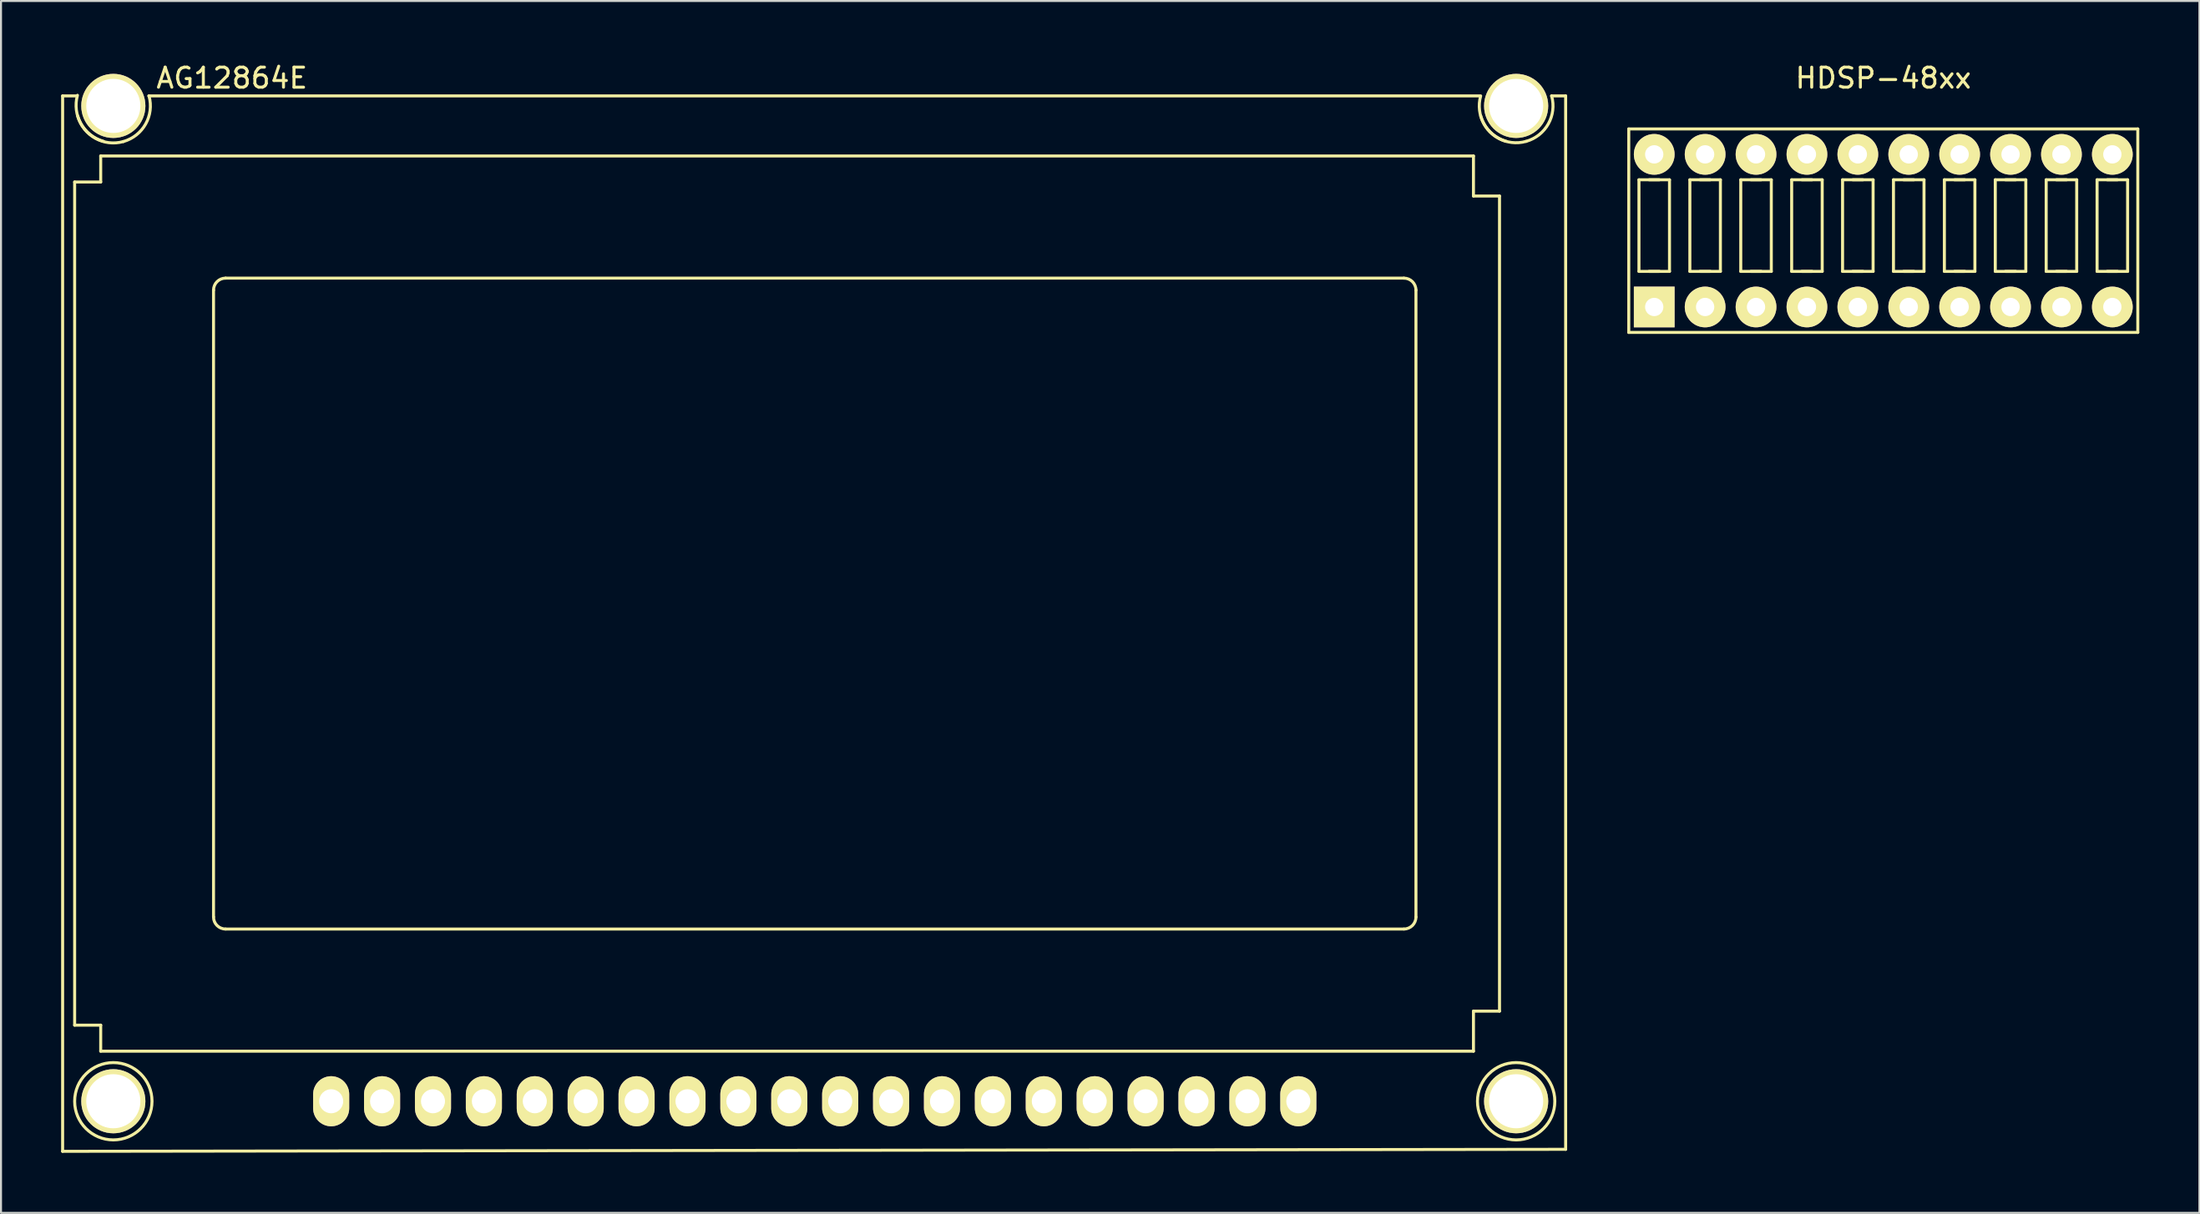
<source format=kicad_pcb>
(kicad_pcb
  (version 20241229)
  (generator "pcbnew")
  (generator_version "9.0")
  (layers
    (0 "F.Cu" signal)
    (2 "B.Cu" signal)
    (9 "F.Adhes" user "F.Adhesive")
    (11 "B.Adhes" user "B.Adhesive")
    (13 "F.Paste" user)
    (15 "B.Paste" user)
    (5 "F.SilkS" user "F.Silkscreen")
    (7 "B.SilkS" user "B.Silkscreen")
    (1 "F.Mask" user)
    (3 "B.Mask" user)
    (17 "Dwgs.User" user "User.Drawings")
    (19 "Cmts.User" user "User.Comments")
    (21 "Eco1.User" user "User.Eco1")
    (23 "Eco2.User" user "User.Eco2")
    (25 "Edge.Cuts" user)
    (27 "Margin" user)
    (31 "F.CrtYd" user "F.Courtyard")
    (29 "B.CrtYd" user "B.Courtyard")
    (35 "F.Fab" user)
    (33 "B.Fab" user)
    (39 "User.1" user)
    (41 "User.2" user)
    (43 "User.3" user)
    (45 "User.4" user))
  (footprint "AG12864E"
    (layer "F.Cu")
    (at 13.475 51.938)
    (property "Reference" "AG12864E" (at -4.95 -51.09 0) (layer "F.SilkS") (effects (font (size 1 1) (thickness 0.15))))
    (attr through_hole)
    (fp_line (start -13.4 -50.2) (end -12.7 -50.2) (stroke (width 0.15) (type solid)) (layer "F.SilkS"))
    (fp_line (start -13.4 2.5) (end -13.4 -50.2) (stroke (width 0.15) (type solid)) (layer "F.SilkS"))
    (fp_line (start -13.4 2.5) (end 61.6 2.4) (stroke (width 0.15) (type solid)) (layer "F.SilkS"))
    (fp_line (start -12.8 -3.8) (end -12.8 -45.9) (stroke (width 0.15) (type solid)) (layer "F.SilkS"))
    (fp_line (start -12.8 -3.8) (end -11.5 -3.8) (stroke (width 0.15) (type solid)) (layer "F.SilkS"))
    (fp_line (start -11.5 -47.2) (end -11.5 -45.9) (stroke (width 0.15) (type solid)) (layer "F.SilkS"))
    (fp_line (start -11.5 -47.2) (end 57 -47.2) (stroke (width 0.15) (type solid)) (layer "F.SilkS"))
    (fp_line (start -11.5 -45.9) (end -12.8 -45.9) (stroke (width 0.15) (type solid)) (layer "F.SilkS"))
    (fp_line (start -11.5 -3.8) (end -11.5 -2.5) (stroke (width 0.15) (type solid)) (layer "F.SilkS"))
    (fp_line (start -9.1 -50.2) (end 57.3 -50.2) (stroke (width 0.15) (type solid)) (layer "F.SilkS"))
    (fp_line (start -5.87 -40.5) (end -5.87 -9.21) (stroke (width 0.15) (type solid)) (layer "F.SilkS"))
    (fp_line (start -5.27 -8.6) (end 53.53 -8.6) (stroke (width 0.15) (type solid)) (layer "F.SilkS"))
    (fp_line (start 53.53 -41.1) (end -5.27 -41.1) (stroke (width 0.15) (type solid)) (layer "F.SilkS"))
    (fp_line (start 54.13 -9.2) (end 54.13 -40.5) (stroke (width 0.15) (type solid)) (layer "F.SilkS"))
    (fp_line (start 57 -47.2) (end 57 -45.2) (stroke (width 0.15) (type solid)) (layer "F.SilkS"))
    (fp_line (start 57 -45.2) (end 58.3 -45.2) (stroke (width 0.15) (type solid)) (layer "F.SilkS"))
    (fp_line (start 57 -4.5) (end 58.3 -4.5) (stroke (width 0.15) (type solid)) (layer "F.SilkS"))
    (fp_line (start 57 -2.5) (end -11.5 -2.5) (stroke (width 0.15) (type solid)) (layer "F.SilkS"))
    (fp_line (start 57 -2.5) (end 57 -4.5) (stroke (width 0.15) (type solid)) (layer "F.SilkS"))
    (fp_line (start 58.3 -45.2) (end 58.3 -4.5) (stroke (width 0.15) (type solid)) (layer "F.SilkS"))
    (fp_line (start 61.6 -50.2) (end 60.9 -50.2) (stroke (width 0.15) (type solid)) (layer "F.SilkS"))
    (fp_line (start 61.6 2.4) (end 61.6 -50.2) (stroke (width 0.15) (type solid)) (layer "F.SilkS"))
    (fp_arc (start -11.36 -47.93) (mid -12.486346 -48.810761) (end -12.66 -50.23) (stroke (width 0.15) (type solid)) (layer "F.SilkS"))
    (fp_arc (start -10.37 -47.92) (mid -11.775097 -48.087797) (end -12.65 -49.2) (stroke (width 0.15) (type solid)) (layer "F.SilkS"))
    (fp_arc (start -9.09 -50.2) (mid -9.257797 -48.794903) (end -10.37 -47.92) (stroke (width 0.15) (type solid)) (layer "F.SilkS"))
    (fp_arc (start -5.87 -40.5) (mid -5.694264 -40.924264) (end -5.27 -41.1) (stroke (width 0.15) (type solid)) (layer "F.SilkS"))
    (fp_arc (start -5.27 -8.6) (mid -5.694264 -8.775736) (end -5.87 -9.2) (stroke (width 0.15) (type solid)) (layer "F.SilkS"))
    (fp_arc (start 53.53 -41.1) (mid 53.954264 -40.924264) (end 54.13 -40.5) (stroke (width 0.15) (type solid)) (layer "F.SilkS"))
    (fp_arc (start 54.13 -9.2) (mid 53.954264 -8.775736) (end 53.53 -8.6) (stroke (width 0.15) (type solid)) (layer "F.SilkS"))
    (fp_arc (start 58.63 -47.93) (mid 57.524868 -48.801974) (end 57.36 -50.2) (stroke (width 0.15) (type solid)) (layer "F.SilkS"))
    (fp_arc (start 59.63 -47.93) (mid 58.231974 -48.094868) (end 57.36 -49.2) (stroke (width 0.15) (type solid)) (layer "F.SilkS"))
    (fp_arc (start 60.9 -50.2) (mid 60.735132 -48.801974) (end 59.63 -47.93) (stroke (width 0.15) (type solid)) (layer "F.SilkS"))
    (fp_circle (center -10.87 0) (end -12.8 0) (stroke (width 0.15) (type solid)) (fill no) (layer "F.SilkS"))
    (fp_circle (center 59.13 0) (end 61.06 0) (stroke (width 0.15) (type solid)) (fill no) (layer "F.SilkS"))
    (pad "0" thru_hole circle (at -10.87 -49.7) (size 3.2 3.2) (drill 2.7) (layers "*.Cu" "*.Mask" "F.SilkS"))
    (pad "0" thru_hole circle (at -10.87 0) (size 3.2 3.2) (drill 2.7) (layers "*.Cu" "*.Mask" "F.SilkS"))
    (pad "0" thru_hole circle (at 59.13 -49.7) (size 3.2 3.2) (drill 2.7) (layers "*.Cu" "*.Mask" "F.SilkS"))
    (pad "0" thru_hole circle (at 59.13 0) (size 3.2 3.2) (drill 2.7) (layers "*.Cu" "*.Mask" "F.SilkS"))
    (pad "1" thru_hole oval (at 0 0) (size 1.8 2.5) (drill 1.2) (layers "*.Cu" "*.Mask" "F.SilkS"))
    (pad "2" thru_hole oval (at 2.54 0) (size 1.8 2.5) (drill 1.2) (layers "*.Cu" "*.Mask" "F.SilkS"))
    (pad "3" thru_hole oval (at 5.08 0) (size 1.8 2.5) (drill 1.2) (layers "*.Cu" "*.Mask" "F.SilkS"))
    (pad "4" thru_hole oval (at 7.62 0) (size 1.8 2.5) (drill 1.2) (layers "*.Cu" "*.Mask" "F.SilkS"))
    (pad "5" thru_hole oval (at 10.16 0) (size 1.8 2.5) (drill 1.2) (layers "*.Cu" "*.Mask" "F.SilkS"))
    (pad "6" thru_hole oval (at 12.7 0) (size 1.8 2.5) (drill 1.2) (layers "*.Cu" "*.Mask" "F.SilkS"))
    (pad "7" thru_hole oval (at 15.24 0) (size 1.8 2.5) (drill 1.2) (layers "*.Cu" "*.Mask" "F.SilkS"))
    (pad "8" thru_hole oval (at 17.78 0) (size 1.8 2.5) (drill 1.2) (layers "*.Cu" "*.Mask" "F.SilkS"))
    (pad "9" thru_hole oval (at 20.32 0) (size 1.8 2.5) (drill 1.2) (layers "*.Cu" "*.Mask" "F.SilkS"))
    (pad "10" thru_hole oval (at 22.86 0) (size 1.8 2.5) (drill 1.2) (layers "*.Cu" "*.Mask" "F.SilkS"))
    (pad "11" thru_hole oval (at 25.4 0) (size 1.8 2.5) (drill 1.2) (layers "*.Cu" "*.Mask" "F.SilkS"))
    (pad "12" thru_hole oval (at 27.94 0) (size 1.8 2.5) (drill 1.2) (layers "*.Cu" "*.Mask" "F.SilkS"))
    (pad "13" thru_hole oval (at 30.48 0) (size 1.8 2.5) (drill 1.2) (layers "*.Cu" "*.Mask" "F.SilkS"))
    (pad "14" thru_hole oval (at 33.02 0) (size 1.8 2.5) (drill 1.2) (layers "*.Cu" "*.Mask" "F.SilkS"))
    (pad "15" thru_hole oval (at 35.56 0) (size 1.8 2.5) (drill 1.2) (layers "*.Cu" "*.Mask" "F.SilkS"))
    (pad "16" thru_hole oval (at 38.1 0) (size 1.8 2.5) (drill 1.2) (layers "*.Cu" "*.Mask" "F.SilkS"))
    (pad "17" thru_hole oval (at 40.64 0) (size 1.8 2.5) (drill 1.2) (layers "*.Cu" "*.Mask" "F.SilkS"))
    (pad "18" thru_hole oval (at 43.18 0) (size 1.8 2.5) (drill 1.2) (layers "*.Cu" "*.Mask" "F.SilkS"))
    (pad "19" thru_hole oval (at 45.72 0) (size 1.8 2.5) (drill 1.2) (layers "*.Cu" "*.Mask" "F.SilkS"))
    (pad "20" thru_hole oval (at 48.26 0) (size 1.8 2.5) (drill 1.2) (layers "*.Cu" "*.Mask" "F.SilkS")))
  (footprint "HDSP-48xx"
    (layer "F.Cu")
    (at 90.925 8.468)
    (property "Reference" "HDSP-48xx" (at 0 -7.62 0) (layer "F.SilkS") (effects (font (size 1 1) (thickness 0.15))))
    (attr through_hole)
    (fp_line (start -12.7 -5.08) (end 12.7 -5.08) (stroke (width 0.15) (type solid)) (layer "F.SilkS"))
    (fp_line (start -12.7 5.08) (end -12.7 -5.08) (stroke (width 0.15) (type solid)) (layer "F.SilkS"))
    (fp_line (start -12.192 -2.54) (end -10.668 -2.54) (stroke (width 0.15) (type solid)) (layer "F.SilkS"))
    (fp_line (start -12.192 2.032) (end -12.192 -2.54) (stroke (width 0.15) (type solid)) (layer "F.SilkS"))
    (fp_line (start -11.684 -2.54) (end -11.176 -2.54) (stroke (width 0.15) (type solid)) (layer "F.SilkS"))
    (fp_line (start -11.176 2.032) (end -11.684 2.032) (stroke (width 0.15) (type solid)) (layer "F.SilkS"))
    (fp_line (start -10.668 -2.54) (end -10.668 2.032) (stroke (width 0.15) (type solid)) (layer "F.SilkS"))
    (fp_line (start -10.668 2.032) (end -12.192 2.032) (stroke (width 0.15) (type solid)) (layer "F.SilkS"))
    (fp_line (start -9.652 -2.54) (end -8.128 -2.54) (stroke (width 0.15) (type solid)) (layer "F.SilkS"))
    (fp_line (start -9.652 2.032) (end -9.652 -2.54) (stroke (width 0.15) (type solid)) (layer "F.SilkS"))
    (fp_line (start -9.144 2.032) (end -8.636 2.032) (stroke (width 0.15) (type solid)) (layer "F.SilkS"))
    (fp_line (start -8.636 -2.54) (end -9.144 -2.54) (stroke (width 0.15) (type solid)) (layer "F.SilkS"))
    (fp_line (start -8.128 -2.54) (end -8.128 2.032) (stroke (width 0.15) (type solid)) (layer "F.SilkS"))
    (fp_line (start -8.128 2.032) (end -9.652 2.032) (stroke (width 0.15) (type solid)) (layer "F.SilkS"))
    (fp_line (start -7.112 -2.54) (end -5.588 -2.54) (stroke (width 0.15) (type solid)) (layer "F.SilkS"))
    (fp_line (start -7.112 2.032) (end -7.112 -2.54) (stroke (width 0.15) (type solid)) (layer "F.SilkS"))
    (fp_line (start -6.604 2.032) (end -6.096 2.032) (stroke (width 0.15) (type solid)) (layer "F.SilkS"))
    (fp_line (start -6.096 -2.54) (end -6.604 -2.54) (stroke (width 0.15) (type solid)) (layer "F.SilkS"))
    (fp_line (start -5.588 -2.54) (end -5.588 2.032) (stroke (width 0.15) (type solid)) (layer "F.SilkS"))
    (fp_line (start -5.588 2.032) (end -7.112 2.032) (stroke (width 0.15) (type solid)) (layer "F.SilkS"))
    (fp_line (start -4.572 -2.54) (end -4.572 2.032) (stroke (width 0.15) (type solid)) (layer "F.SilkS"))
    (fp_line (start -4.572 2.032) (end -3.048 2.032) (stroke (width 0.15) (type solid)) (layer "F.SilkS"))
    (fp_line (start -4.064 2.032) (end -3.556 2.032) (stroke (width 0.15) (type solid)) (layer "F.SilkS"))
    (fp_line (start -3.556 -2.54) (end -4.064 -2.54) (stroke (width 0.15) (type solid)) (layer "F.SilkS"))
    (fp_line (start -3.048 -2.54) (end -4.572 -2.54) (stroke (width 0.15) (type solid)) (layer "F.SilkS"))
    (fp_line (start -3.048 2.032) (end -3.048 -2.54) (stroke (width 0.15) (type solid)) (layer "F.SilkS"))
    (fp_line (start -2.032 -2.54) (end -0.508 -2.54) (stroke (width 0.15) (type solid)) (layer "F.SilkS"))
    (fp_line (start -2.032 2.032) (end -2.032 -2.54) (stroke (width 0.15) (type solid)) (layer "F.SilkS"))
    (fp_line (start -1.524 2.032) (end -1.016 2.032) (stroke (width 0.15) (type solid)) (layer "F.SilkS"))
    (fp_line (start -1.016 -2.54) (end -1.524 -2.54) (stroke (width 0.15) (type solid)) (layer "F.SilkS"))
    (fp_line (start -0.508 -2.54) (end -0.508 2.032) (stroke (width 0.15) (type solid)) (layer "F.SilkS"))
    (fp_line (start -0.508 2.032) (end -2.032 2.032) (stroke (width 0.15) (type solid)) (layer "F.SilkS"))
    (fp_line (start 0.508 -2.54) (end 2.032 -2.54) (stroke (width 0.15) (type solid)) (layer "F.SilkS"))
    (fp_line (start 0.508 2.032) (end 0.508 -2.54) (stroke (width 0.15) (type solid)) (layer "F.SilkS"))
    (fp_line (start 1.016 2.032) (end 1.524 2.032) (stroke (width 0.15) (type solid)) (layer "F.SilkS"))
    (fp_line (start 1.524 -2.54) (end 1.016 -2.54) (stroke (width 0.15) (type solid)) (layer "F.SilkS"))
    (fp_line (start 2.032 -2.54) (end 2.032 2.032) (stroke (width 0.15) (type solid)) (layer "F.SilkS"))
    (fp_line (start 2.032 2.032) (end 0.508 2.032) (stroke (width 0.15) (type solid)) (layer "F.SilkS"))
    (fp_line (start 3.048 -2.54) (end 4.572 -2.54) (stroke (width 0.15) (type solid)) (layer "F.SilkS"))
    (fp_line (start 3.048 2.032) (end 3.048 -2.54) (stroke (width 0.15) (type solid)) (layer "F.SilkS"))
    (fp_line (start 3.556 2.032) (end 4.064 2.032) (stroke (width 0.15) (type solid)) (layer "F.SilkS"))
    (fp_line (start 4.064 -2.54) (end 3.556 -2.54) (stroke (width 0.15) (type solid)) (layer "F.SilkS"))
    (fp_line (start 4.572 -2.54) (end 4.572 2.032) (stroke (width 0.15) (type solid)) (layer "F.SilkS"))
    (fp_line (start 4.572 2.032) (end 3.048 2.032) (stroke (width 0.15) (type solid)) (layer "F.SilkS"))
    (fp_line (start 5.588 -2.54) (end 7.112 -2.54) (stroke (width 0.15) (type solid)) (layer "F.SilkS"))
    (fp_line (start 5.588 2.032) (end 5.588 -2.54) (stroke (width 0.15) (type solid)) (layer "F.SilkS"))
    (fp_line (start 6.096 2.032) (end 6.604 2.032) (stroke (width 0.15) (type solid)) (layer "F.SilkS"))
    (fp_line (start 6.604 -2.54) (end 6.096 -2.54) (stroke (width 0.15) (type solid)) (layer "F.SilkS"))
    (fp_line (start 7.112 -2.54) (end 7.112 2.032) (stroke (width 0.15) (type solid)) (layer "F.SilkS"))
    (fp_line (start 7.112 2.032) (end 5.588 2.032) (stroke (width 0.15) (type solid)) (layer "F.SilkS"))
    (fp_line (start 8.128 -2.54) (end 9.652 -2.54) (stroke (width 0.15) (type solid)) (layer "F.SilkS"))
    (fp_line (start 8.128 2.032) (end 8.128 -2.54) (stroke (width 0.15) (type solid)) (layer "F.SilkS"))
    (fp_line (start 8.636 2.032) (end 9.144 2.032) (stroke (width 0.15) (type solid)) (layer "F.SilkS"))
    (fp_line (start 9.144 -2.54) (end 8.636 -2.54) (stroke (width 0.15) (type solid)) (layer "F.SilkS"))
    (fp_line (start 9.652 -2.54) (end 9.652 2.032) (stroke (width 0.15) (type solid)) (layer "F.SilkS"))
    (fp_line (start 9.652 2.032) (end 8.128 2.032) (stroke (width 0.15) (type solid)) (layer "F.SilkS"))
    (fp_line (start 10.668 -2.54) (end 12.192 -2.54) (stroke (width 0.15) (type solid)) (layer "F.SilkS"))
    (fp_line (start 10.668 2.032) (end 10.668 -2.54) (stroke (width 0.15) (type solid)) (layer "F.SilkS"))
    (fp_line (start 11.176 2.032) (end 11.684 2.032) (stroke (width 0.15) (type solid)) (layer "F.SilkS"))
    (fp_line (start 11.684 -2.54) (end 11.176 -2.54) (stroke (width 0.15) (type solid)) (layer "F.SilkS"))
    (fp_line (start 12.192 -2.54) (end 12.192 2.032) (stroke (width 0.15) (type solid)) (layer "F.SilkS"))
    (fp_line (start 12.192 2.032) (end 10.668 2.032) (stroke (width 0.15) (type solid)) (layer "F.SilkS"))
    (fp_line (start 12.7 -5.08) (end 12.7 5.08) (stroke (width 0.15) (type solid)) (layer "F.SilkS"))
    (fp_line (start 12.7 5.08) (end -12.7 5.08) (stroke (width 0.15) (type solid)) (layer "F.SilkS"))
    (pad "1" thru_hole rect (at -11.43 3.81) (size 2.032 2.032) (drill 0.914) (layers "*.Cu" "*.Mask" "F.SilkS"))
    (pad "2" thru_hole circle (at -8.89 3.81) (size 2.032 2.032) (drill 0.914) (layers "*.Cu" "*.Mask" "F.SilkS"))
    (pad "3" thru_hole circle (at -6.35 3.81) (size 2.032 2.032) (drill 0.914) (layers "*.Cu" "*.Mask" "F.SilkS"))
    (pad "4" thru_hole circle (at -3.81 3.81) (size 2.032 2.032) (drill 0.914) (layers "*.Cu" "*.Mask" "F.SilkS"))
    (pad "5" thru_hole circle (at -1.27 3.81) (size 2.032 2.032) (drill 0.914) (layers "*.Cu" "*.Mask" "F.SilkS"))
    (pad "6" thru_hole circle (at 1.27 3.81) (size 2.032 2.032) (drill 0.914) (layers "*.Cu" "*.Mask" "F.SilkS"))
    (pad "7" thru_hole circle (at 3.81 3.81) (size 2.032 2.032) (drill 0.914) (layers "*.Cu" "*.Mask" "F.SilkS"))
    (pad "8" thru_hole circle (at 6.35 3.81) (size 2.032 2.032) (drill 0.914) (layers "*.Cu" "*.Mask" "F.SilkS"))
    (pad "9" thru_hole circle (at 8.89 3.81) (size 2.032 2.032) (drill 0.914) (layers "*.Cu" "*.Mask" "F.SilkS"))
    (pad "10" thru_hole circle (at 11.43 3.81) (size 2.032 2.032) (drill 0.914) (layers "*.Cu" "*.Mask" "F.SilkS"))
    (pad "11" thru_hole circle (at 11.43 -3.81) (size 2.032 2.032) (drill 0.914) (layers "*.Cu" "*.Mask" "F.SilkS"))
    (pad "12" thru_hole circle (at 8.89 -3.81) (size 2.032 2.032) (drill 0.914) (layers "*.Cu" "*.Mask" "F.SilkS"))
    (pad "13" thru_hole circle (at 6.35 -3.81) (size 2.032 2.032) (drill 0.914) (layers "*.Cu" "*.Mask" "F.SilkS"))
    (pad "14" thru_hole circle (at 3.81 -3.81) (size 2.032 2.032) (drill 0.914) (layers "*.Cu" "*.Mask" "F.SilkS"))
    (pad "15" thru_hole circle (at 1.27 -3.81) (size 2.032 2.032) (drill 0.914) (layers "*.Cu" "*.Mask" "F.SilkS"))
    (pad "16" thru_hole circle (at -1.27 -3.81) (size 2.032 2.032) (drill 0.914) (layers "*.Cu" "*.Mask" "F.SilkS"))
    (pad "17" thru_hole circle (at -3.81 -3.81) (size 2.032 2.032) (drill 0.914) (layers "*.Cu" "*.Mask" "F.SilkS"))
    (pad "18" thru_hole circle (at -6.35 -3.81) (size 2.032 2.032) (drill 0.914) (layers "*.Cu" "*.Mask" "F.SilkS"))
    (pad "19" thru_hole circle (at -8.89 -3.81) (size 2.032 2.032) (drill 0.914) (layers "*.Cu" "*.Mask" "F.SilkS"))
    (pad "20" thru_hole circle (at -11.43 -3.81) (size 2.032 2.032) (drill 0.914) (layers "*.Cu" "*.Mask" "F.SilkS")))
  (gr_rect
    (start -3 -3)
    (end 106.7 57.513)
    (stroke (width 0.1) (type default))
    (fill no)
    (layer "Edge.Cuts")))
</source>
